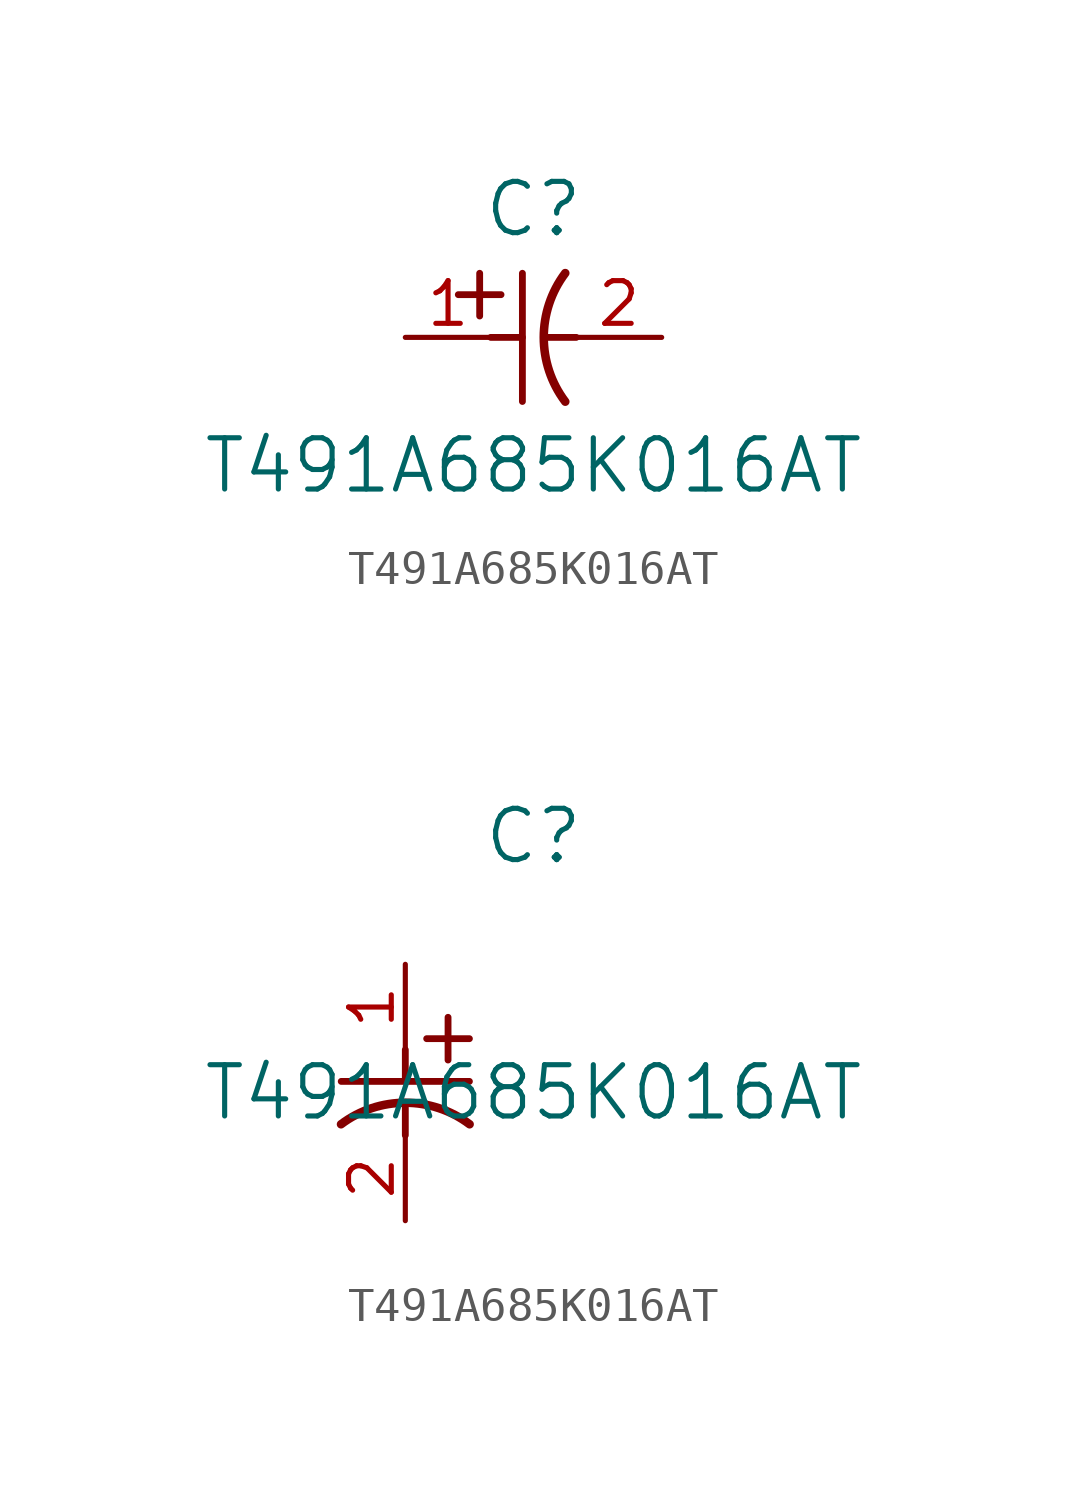
<source format=kicad_sym>
(kicad_symbol_lib
  (version 20211014)
  (generator kicad_symbol_editor)
  (symbol "T491A685K016AT"
    (pin_names
      (offset 0.254))
    (property "Reference" "C"
      (at 3.81 3.81 0)
      (effects (font (size 1.524 1.524))))
    (property "Value" "T491A685K016AT"
      (at 3.81 -3.81 0)
      (effects (font (size 1.524 1.524))))
    (symbol "T491A685K016AT_1_1"
      (polyline (pts (xy 2.21 0.635) (xy 2.21 1.905)) (stroke (width 0.203) (type default) (color 0 0 0 0)) (fill (type none)))
      (arc (start 4.754132 1.910763) (mid 4.1148 0) (end 4.754132 -1.910763) (stroke (width 0.254) (type default) (color 0 0 0 0)) (fill (type none)))
      (polyline (pts (xy 4.115 0) (xy 5.08 0)) (stroke (width 0.203) (type default) (color 0 0 0 0)) (fill (type none)))
      (polyline (pts (xy 3.48 -1.905) (xy 3.48 1.905)) (stroke (width 0.203) (type default) (color 0 0 0 0)) (fill (type none)))
      (polyline (pts (xy 1.575 1.27) (xy 2.845 1.27)) (stroke (width 0.203) (type default) (color 0 0 0 0)) (fill (type none)))
      (polyline (pts (xy 2.54 0) (xy 3.48 0)) (stroke (width 0.203) (type default) (color 0 0 0 0)) (fill (type none)))
      (pin unspecified line (at 0 0 0) (length 2.54) (name "" (effects (font (size 1.27 1.27)))) (number "1" (effects (font (size 1.27 1.27)))))
      (pin unspecified line (at 7.62 0 180) (length 2.54) (name "" (effects (font (size 1.27 1.27)))) (number "2" (effects (font (size 1.27 1.27))))))
    (symbol "T491A685K016AT_1_2"
      (polyline (pts (xy 0 -2.54) (xy 0 -3.48)) (stroke (width 0.203) (type default) (color 0 0 0 0)) (fill (type none)))
      (arc (start 1.910763 -4.754132) (mid 0 -4.1148) (end -1.910763 -4.754132) (stroke (width 0.254) (type default) (color 0 0 0 0)) (fill (type none)))
      (polyline (pts (xy -1.905 -3.48) (xy 1.905 -3.48)) (stroke (width 0.203) (type default) (color 0 0 0 0)) (fill (type none)))
      (polyline (pts (xy 0.635 -2.21) (xy 1.905 -2.21)) (stroke (width 0.203) (type default) (color 0 0 0 0)) (fill (type none)))
      (polyline (pts (xy 1.27 -1.575) (xy 1.27 -2.845)) (stroke (width 0.203) (type default) (color 0 0 0 0)) (fill (type none)))
      (polyline (pts (xy 0 -4.115) (xy 0 -5.08)) (stroke (width 0.203) (type default) (color 0 0 0 0)) (fill (type none)))
      (pin unspecified line (at 0 0 270) (length 2.54) (name "" (effects (font (size 1.27 1.27)))) (number "1" (effects (font (size 1.27 1.27)))))
      (pin unspecified line (at 0 -7.62 90) (length 2.54) (name "" (effects (font (size 1.27 1.27)))) (number "2" (effects (font (size 1.27 1.27))))))))
</source>
